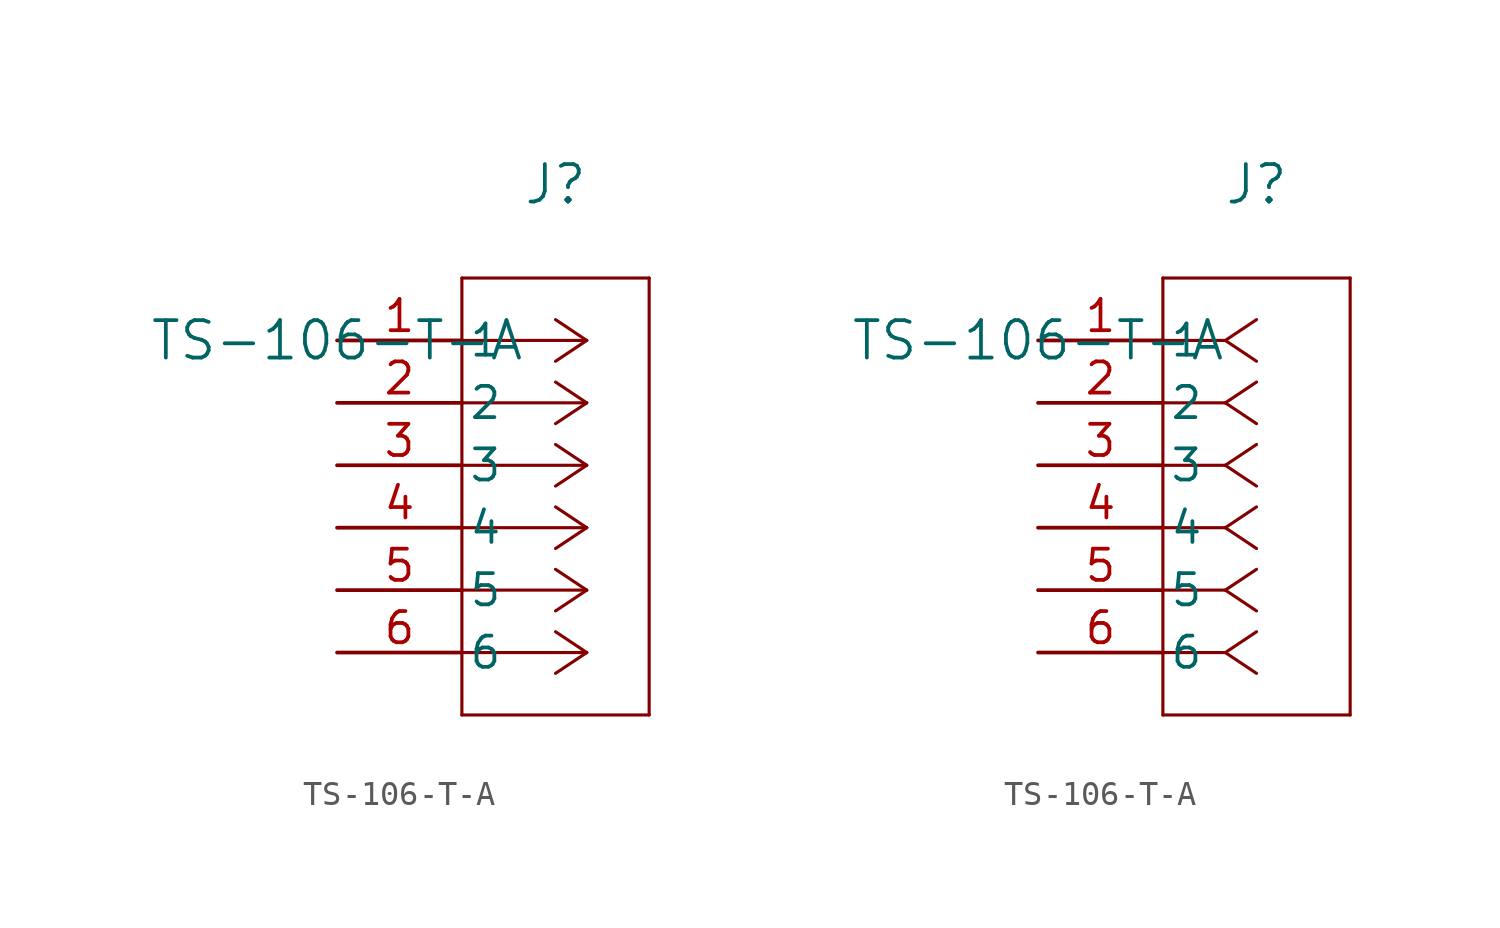
<source format=kicad_sym>
(kicad_symbol_lib
  (version 20211014)
  (generator kicad_symbol_editor)
  (symbol "TS-106-T-A"
    (pin_names
      (offset 0.254))
    (property "Reference" "J"
      (at 8.89 6.35 0)
      (effects (font (size 1.524 1.524))))
    (property "Value" "TS-106-T-A"
      (at 0 0 0)
      (effects (font (size 1.524 1.524))))
    (symbol "TS-106-T-A_1_1"
      (polyline (pts (xy 10.16 0) (xy 5.08 0)) (stroke (width 0.127) (type default) (color 0 0 0 0)) (fill (type none)))
      (polyline (pts (xy 10.16 -2.54) (xy 5.08 -2.54)) (stroke (width 0.127) (type default) (color 0 0 0 0)) (fill (type none)))
      (polyline (pts (xy 10.16 -5.08) (xy 5.08 -5.08)) (stroke (width 0.127) (type default) (color 0 0 0 0)) (fill (type none)))
      (polyline (pts (xy 10.16 -7.62) (xy 5.08 -7.62)) (stroke (width 0.127) (type default) (color 0 0 0 0)) (fill (type none)))
      (polyline (pts (xy 10.16 -10.16) (xy 5.08 -10.16)) (stroke (width 0.127) (type default) (color 0 0 0 0)) (fill (type none)))
      (polyline (pts (xy 10.16 -12.7) (xy 5.08 -12.7)) (stroke (width 0.127) (type default) (color 0 0 0 0)) (fill (type none)))
      (polyline (pts (xy 10.16 0) (xy 8.89 0.847)) (stroke (width 0.127) (type default) (color 0 0 0 0)) (fill (type none)))
      (polyline (pts (xy 10.16 -2.54) (xy 8.89 -1.693)) (stroke (width 0.127) (type default) (color 0 0 0 0)) (fill (type none)))
      (polyline (pts (xy 10.16 -5.08) (xy 8.89 -4.233)) (stroke (width 0.127) (type default) (color 0 0 0 0)) (fill (type none)))
      (polyline (pts (xy 10.16 -7.62) (xy 8.89 -6.773)) (stroke (width 0.127) (type default) (color 0 0 0 0)) (fill (type none)))
      (polyline (pts (xy 10.16 -10.16) (xy 8.89 -9.313)) (stroke (width 0.127) (type default) (color 0 0 0 0)) (fill (type none)))
      (polyline (pts (xy 10.16 -12.7) (xy 8.89 -11.853)) (stroke (width 0.127) (type default) (color 0 0 0 0)) (fill (type none)))
      (polyline (pts (xy 10.16 0) (xy 8.89 -0.847)) (stroke (width 0.127) (type default) (color 0 0 0 0)) (fill (type none)))
      (polyline (pts (xy 10.16 -2.54) (xy 8.89 -3.387)) (stroke (width 0.127) (type default) (color 0 0 0 0)) (fill (type none)))
      (polyline (pts (xy 10.16 -5.08) (xy 8.89 -5.927)) (stroke (width 0.127) (type default) (color 0 0 0 0)) (fill (type none)))
      (polyline (pts (xy 10.16 -7.62) (xy 8.89 -8.467)) (stroke (width 0.127) (type default) (color 0 0 0 0)) (fill (type none)))
      (polyline (pts (xy 10.16 -10.16) (xy 8.89 -11.007)) (stroke (width 0.127) (type default) (color 0 0 0 0)) (fill (type none)))
      (polyline (pts (xy 10.16 -12.7) (xy 8.89 -13.547)) (stroke (width 0.127) (type default) (color 0 0 0 0)) (fill (type none)))
      (polyline (pts (xy 5.08 2.54) (xy 5.08 -15.24)) (stroke (width 0.127) (type default) (color 0 0 0 0)) (fill (type none)))
      (polyline (pts (xy 5.08 -15.24) (xy 12.7 -15.24)) (stroke (width 0.127) (type default) (color 0 0 0 0)) (fill (type none)))
      (polyline (pts (xy 12.7 -15.24) (xy 12.7 2.54)) (stroke (width 0.127) (type default) (color 0 0 0 0)) (fill (type none)))
      (polyline (pts (xy 12.7 2.54) (xy 5.08 2.54)) (stroke (width 0.127) (type default) (color 0 0 0 0)) (fill (type none)))
      (pin unspecified line (at 0 0 0) (length 5.08) (name "1" (effects (font (size 1.27 1.27)))) (number "1" (effects (font (size 1.27 1.27)))))
      (pin unspecified line (at 0 -2.54 0) (length 5.08) (name "2" (effects (font (size 1.27 1.27)))) (number "2" (effects (font (size 1.27 1.27)))))
      (pin unspecified line (at 0 -5.08 0) (length 5.08) (name "3" (effects (font (size 1.27 1.27)))) (number "3" (effects (font (size 1.27 1.27)))))
      (pin unspecified line (at 0 -7.62 0) (length 5.08) (name "4" (effects (font (size 1.27 1.27)))) (number "4" (effects (font (size 1.27 1.27)))))
      (pin unspecified line (at 0 -10.16 0) (length 5.08) (name "5" (effects (font (size 1.27 1.27)))) (number "5" (effects (font (size 1.27 1.27)))))
      (pin unspecified line (at 0 -12.7 0) (length 5.08) (name "6" (effects (font (size 1.27 1.27)))) (number "6" (effects (font (size 1.27 1.27))))))
    (symbol "TS-106-T-A_1_2"
      (polyline (pts (xy 7.62 0) (xy 5.08 0)) (stroke (width 0.127) (type default) (color 0 0 0 0)) (fill (type none)))
      (polyline (pts (xy 7.62 -2.54) (xy 5.08 -2.54)) (stroke (width 0.127) (type default) (color 0 0 0 0)) (fill (type none)))
      (polyline (pts (xy 7.62 -5.08) (xy 5.08 -5.08)) (stroke (width 0.127) (type default) (color 0 0 0 0)) (fill (type none)))
      (polyline (pts (xy 7.62 -7.62) (xy 5.08 -7.62)) (stroke (width 0.127) (type default) (color 0 0 0 0)) (fill (type none)))
      (polyline (pts (xy 7.62 -10.16) (xy 5.08 -10.16)) (stroke (width 0.127) (type default) (color 0 0 0 0)) (fill (type none)))
      (polyline (pts (xy 7.62 -12.7) (xy 5.08 -12.7)) (stroke (width 0.127) (type default) (color 0 0 0 0)) (fill (type none)))
      (polyline (pts (xy 7.62 0) (xy 8.89 0.847)) (stroke (width 0.127) (type default) (color 0 0 0 0)) (fill (type none)))
      (polyline (pts (xy 7.62 -2.54) (xy 8.89 -1.693)) (stroke (width 0.127) (type default) (color 0 0 0 0)) (fill (type none)))
      (polyline (pts (xy 7.62 -5.08) (xy 8.89 -4.233)) (stroke (width 0.127) (type default) (color 0 0 0 0)) (fill (type none)))
      (polyline (pts (xy 7.62 -7.62) (xy 8.89 -6.773)) (stroke (width 0.127) (type default) (color 0 0 0 0)) (fill (type none)))
      (polyline (pts (xy 7.62 -10.16) (xy 8.89 -9.313)) (stroke (width 0.127) (type default) (color 0 0 0 0)) (fill (type none)))
      (polyline (pts (xy 7.62 -12.7) (xy 8.89 -11.853)) (stroke (width 0.127) (type default) (color 0 0 0 0)) (fill (type none)))
      (polyline (pts (xy 7.62 0) (xy 8.89 -0.847)) (stroke (width 0.127) (type default) (color 0 0 0 0)) (fill (type none)))
      (polyline (pts (xy 7.62 -2.54) (xy 8.89 -3.387)) (stroke (width 0.127) (type default) (color 0 0 0 0)) (fill (type none)))
      (polyline (pts (xy 7.62 -5.08) (xy 8.89 -5.927)) (stroke (width 0.127) (type default) (color 0 0 0 0)) (fill (type none)))
      (polyline (pts (xy 7.62 -7.62) (xy 8.89 -8.467)) (stroke (width 0.127) (type default) (color 0 0 0 0)) (fill (type none)))
      (polyline (pts (xy 7.62 -10.16) (xy 8.89 -11.007)) (stroke (width 0.127) (type default) (color 0 0 0 0)) (fill (type none)))
      (polyline (pts (xy 7.62 -12.7) (xy 8.89 -13.547)) (stroke (width 0.127) (type default) (color 0 0 0 0)) (fill (type none)))
      (polyline (pts (xy 5.08 2.54) (xy 5.08 -15.24)) (stroke (width 0.127) (type default) (color 0 0 0 0)) (fill (type none)))
      (polyline (pts (xy 5.08 -15.24) (xy 12.7 -15.24)) (stroke (width 0.127) (type default) (color 0 0 0 0)) (fill (type none)))
      (polyline (pts (xy 12.7 -15.24) (xy 12.7 2.54)) (stroke (width 0.127) (type default) (color 0 0 0 0)) (fill (type none)))
      (polyline (pts (xy 12.7 2.54) (xy 5.08 2.54)) (stroke (width 0.127) (type default) (color 0 0 0 0)) (fill (type none)))
      (pin unspecified line (at 0 0 0) (length 5.08) (name "1" (effects (font (size 1.27 1.27)))) (number "1" (effects (font (size 1.27 1.27)))))
      (pin unspecified line (at 0 -2.54 0) (length 5.08) (name "2" (effects (font (size 1.27 1.27)))) (number "2" (effects (font (size 1.27 1.27)))))
      (pin unspecified line (at 0 -5.08 0) (length 5.08) (name "3" (effects (font (size 1.27 1.27)))) (number "3" (effects (font (size 1.27 1.27)))))
      (pin unspecified line (at 0 -7.62 0) (length 5.08) (name "4" (effects (font (size 1.27 1.27)))) (number "4" (effects (font (size 1.27 1.27)))))
      (pin unspecified line (at 0 -10.16 0) (length 5.08) (name "5" (effects (font (size 1.27 1.27)))) (number "5" (effects (font (size 1.27 1.27)))))
      (pin unspecified line (at 0 -12.7 0) (length 5.08) (name "6" (effects (font (size 1.27 1.27)))) (number "6" (effects (font (size 1.27 1.27))))))))
</source>
